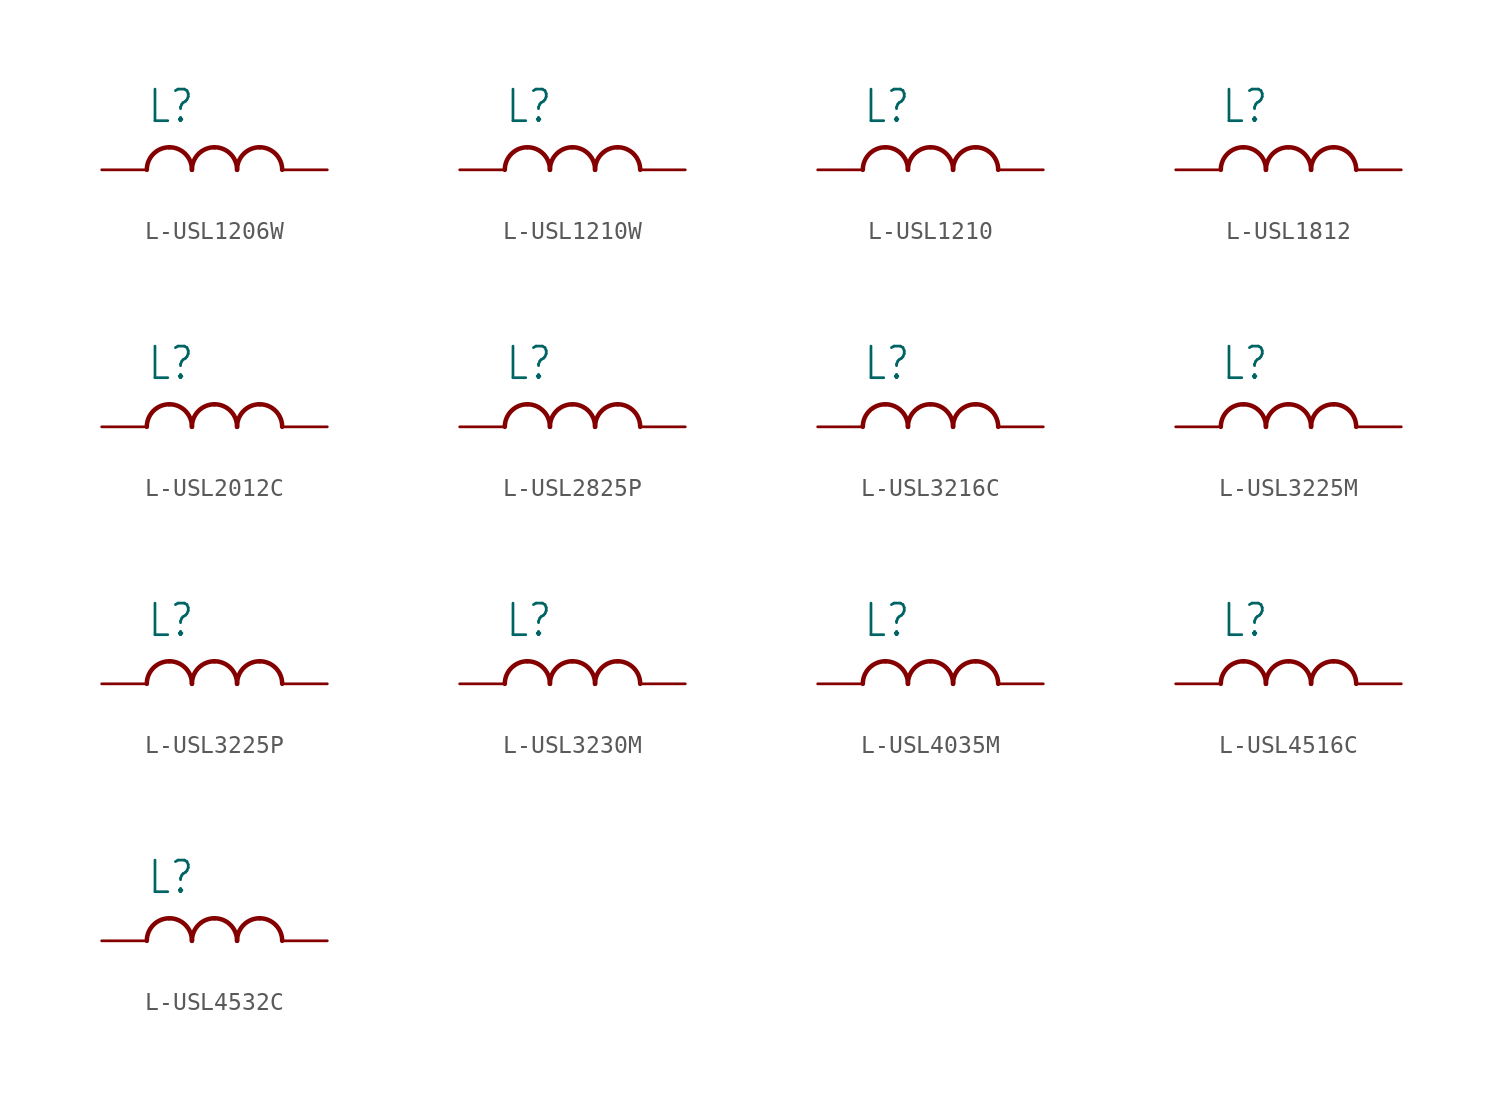
<source format=kicad_sym>
(kicad_symbol_lib
  (version 20231120)
  (generator "kicad_symbol_editor")
  (generator_version "8.0")
  (symbol "L-USL1206W"
    (property "Reference" "L"
      (at -5.08 2.54 0)
      (effects (font (size 1.778 1.511)) (justify left bottom)))
    (property "Value" ""
      (at -5.08 -1.27 0)
      (effects (font (size 1.778 1.511)) (justify left top)))
    (property "ki_locked" ""
      (at 0 0 0)
      (effects (font (size 1.27 1.27))))
    (symbol "L-USL1206W_1_0"
      (arc (start -3.81 1.27) (mid -4.708 0.898) (end -5.08 0) (stroke (width 0.254) (type solid)) (fill (type none)))
      (arc (start -2.54 0) (mid -2.912 0.898) (end -3.81 1.27) (stroke (width 0.254) (type solid)) (fill (type none)))
      (arc (start -1.27 1.27) (mid -2.168 0.898) (end -2.54 0) (stroke (width 0.254) (type solid)) (fill (type none)))
      (arc (start 0 0) (mid -0.372 0.898) (end -1.27 1.27) (stroke (width 0.254) (type solid)) (fill (type none)))
      (arc (start 1.27 1.27) (mid 0.372 0.898) (end 0 0) (stroke (width 0.254) (type solid)) (fill (type none)))
      (arc (start 2.54 0) (mid 2.168 0.898) (end 1.27 1.27) (stroke (width 0.254) (type solid)) (fill (type none)))
      (pin passive line (at -7.62 0 0) (length 2.54) (name "1" (effects (font (size 0 0)))) (number "1" (effects (font (size 0 0)))))
      (pin passive line (at 5.08 0 180) (length 2.54) (name "2" (effects (font (size 0 0)))) (number "2" (effects (font (size 0 0)))))))
  (symbol "L-USL1210W"
    (property "Reference" "L"
      (at -5.08 2.54 0)
      (effects (font (size 1.778 1.511)) (justify left bottom)))
    (property "Value" ""
      (at -5.08 -1.27 0)
      (effects (font (size 1.778 1.511)) (justify left top)))
    (property "ki_locked" ""
      (at 0 0 0)
      (effects (font (size 1.27 1.27))))
    (symbol "L-USL1210W_1_0"
      (arc (start -3.81 1.27) (mid -4.708 0.898) (end -5.08 0) (stroke (width 0.254) (type solid)) (fill (type none)))
      (arc (start -2.54 0) (mid -2.912 0.898) (end -3.81 1.27) (stroke (width 0.254) (type solid)) (fill (type none)))
      (arc (start -1.27 1.27) (mid -2.168 0.898) (end -2.54 0) (stroke (width 0.254) (type solid)) (fill (type none)))
      (arc (start 0 0) (mid -0.372 0.898) (end -1.27 1.27) (stroke (width 0.254) (type solid)) (fill (type none)))
      (arc (start 1.27 1.27) (mid 0.372 0.898) (end 0 0) (stroke (width 0.254) (type solid)) (fill (type none)))
      (arc (start 2.54 0) (mid 2.168 0.898) (end 1.27 1.27) (stroke (width 0.254) (type solid)) (fill (type none)))
      (pin passive line (at -7.62 0 0) (length 2.54) (name "1" (effects (font (size 0 0)))) (number "1" (effects (font (size 0 0)))))
      (pin passive line (at 5.08 0 180) (length 2.54) (name "2" (effects (font (size 0 0)))) (number "2" (effects (font (size 0 0)))))))
  (symbol "L-USL1210"
    (property "Reference" "L"
      (at -5.08 2.54 0)
      (effects (font (size 1.778 1.511)) (justify left bottom)))
    (property "Value" ""
      (at -5.08 -1.27 0)
      (effects (font (size 1.778 1.511)) (justify left top)))
    (property "ki_locked" ""
      (at 0 0 0)
      (effects (font (size 1.27 1.27))))
    (symbol "L-USL1210_1_0"
      (arc (start -3.81 1.27) (mid -4.708 0.898) (end -5.08 0) (stroke (width 0.254) (type solid)) (fill (type none)))
      (arc (start -2.54 0) (mid -2.912 0.898) (end -3.81 1.27) (stroke (width 0.254) (type solid)) (fill (type none)))
      (arc (start -1.27 1.27) (mid -2.168 0.898) (end -2.54 0) (stroke (width 0.254) (type solid)) (fill (type none)))
      (arc (start 0 0) (mid -0.372 0.898) (end -1.27 1.27) (stroke (width 0.254) (type solid)) (fill (type none)))
      (arc (start 1.27 1.27) (mid 0.372 0.898) (end 0 0) (stroke (width 0.254) (type solid)) (fill (type none)))
      (arc (start 2.54 0) (mid 2.168 0.898) (end 1.27 1.27) (stroke (width 0.254) (type solid)) (fill (type none)))
      (pin passive line (at -7.62 0 0) (length 2.54) (name "1" (effects (font (size 0 0)))) (number "1" (effects (font (size 0 0)))))
      (pin passive line (at 5.08 0 180) (length 2.54) (name "2" (effects (font (size 0 0)))) (number "2" (effects (font (size 0 0)))))))
  (symbol "L-USL1812"
    (property "Reference" "L"
      (at -5.08 2.54 0)
      (effects (font (size 1.778 1.511)) (justify left bottom)))
    (property "Value" ""
      (at -5.08 -1.27 0)
      (effects (font (size 1.778 1.511)) (justify left top)))
    (property "ki_locked" ""
      (at 0 0 0)
      (effects (font (size 1.27 1.27))))
    (symbol "L-USL1812_1_0"
      (arc (start -3.81 1.27) (mid -4.708 0.898) (end -5.08 0) (stroke (width 0.254) (type solid)) (fill (type none)))
      (arc (start -2.54 0) (mid -2.912 0.898) (end -3.81 1.27) (stroke (width 0.254) (type solid)) (fill (type none)))
      (arc (start -1.27 1.27) (mid -2.168 0.898) (end -2.54 0) (stroke (width 0.254) (type solid)) (fill (type none)))
      (arc (start 0 0) (mid -0.372 0.898) (end -1.27 1.27) (stroke (width 0.254) (type solid)) (fill (type none)))
      (arc (start 1.27 1.27) (mid 0.372 0.898) (end 0 0) (stroke (width 0.254) (type solid)) (fill (type none)))
      (arc (start 2.54 0) (mid 2.168 0.898) (end 1.27 1.27) (stroke (width 0.254) (type solid)) (fill (type none)))
      (pin passive line (at -7.62 0 0) (length 2.54) (name "1" (effects (font (size 0 0)))) (number "1" (effects (font (size 0 0)))))
      (pin passive line (at 5.08 0 180) (length 2.54) (name "2" (effects (font (size 0 0)))) (number "2" (effects (font (size 0 0)))))))
  (symbol "L-USL2012C"
    (property "Reference" "L"
      (at -5.08 2.54 0)
      (effects (font (size 1.778 1.511)) (justify left bottom)))
    (property "Value" ""
      (at -5.08 -1.27 0)
      (effects (font (size 1.778 1.511)) (justify left top)))
    (property "ki_locked" ""
      (at 0 0 0)
      (effects (font (size 1.27 1.27))))
    (symbol "L-USL2012C_1_0"
      (arc (start -3.81 1.27) (mid -4.708 0.898) (end -5.08 0) (stroke (width 0.254) (type solid)) (fill (type none)))
      (arc (start -2.54 0) (mid -2.912 0.898) (end -3.81 1.27) (stroke (width 0.254) (type solid)) (fill (type none)))
      (arc (start -1.27 1.27) (mid -2.168 0.898) (end -2.54 0) (stroke (width 0.254) (type solid)) (fill (type none)))
      (arc (start 0 0) (mid -0.372 0.898) (end -1.27 1.27) (stroke (width 0.254) (type solid)) (fill (type none)))
      (arc (start 1.27 1.27) (mid 0.372 0.898) (end 0 0) (stroke (width 0.254) (type solid)) (fill (type none)))
      (arc (start 2.54 0) (mid 2.168 0.898) (end 1.27 1.27) (stroke (width 0.254) (type solid)) (fill (type none)))
      (pin passive line (at -7.62 0 0) (length 2.54) (name "1" (effects (font (size 0 0)))) (number "1" (effects (font (size 0 0)))))
      (pin passive line (at 5.08 0 180) (length 2.54) (name "2" (effects (font (size 0 0)))) (number "2" (effects (font (size 0 0)))))))
  (symbol "L-USL2825P"
    (property "Reference" "L"
      (at -5.08 2.54 0)
      (effects (font (size 1.778 1.511)) (justify left bottom)))
    (property "Value" ""
      (at -5.08 -1.27 0)
      (effects (font (size 1.778 1.511)) (justify left top)))
    (property "ki_locked" ""
      (at 0 0 0)
      (effects (font (size 1.27 1.27))))
    (symbol "L-USL2825P_1_0"
      (arc (start -3.81 1.27) (mid -4.708 0.898) (end -5.08 0) (stroke (width 0.254) (type solid)) (fill (type none)))
      (arc (start -2.54 0) (mid -2.912 0.898) (end -3.81 1.27) (stroke (width 0.254) (type solid)) (fill (type none)))
      (arc (start -1.27 1.27) (mid -2.168 0.898) (end -2.54 0) (stroke (width 0.254) (type solid)) (fill (type none)))
      (arc (start 0 0) (mid -0.372 0.898) (end -1.27 1.27) (stroke (width 0.254) (type solid)) (fill (type none)))
      (arc (start 1.27 1.27) (mid 0.372 0.898) (end 0 0) (stroke (width 0.254) (type solid)) (fill (type none)))
      (arc (start 2.54 0) (mid 2.168 0.898) (end 1.27 1.27) (stroke (width 0.254) (type solid)) (fill (type none)))
      (pin passive line (at -7.62 0 0) (length 2.54) (name "1" (effects (font (size 0 0)))) (number "1" (effects (font (size 0 0)))))
      (pin passive line (at 5.08 0 180) (length 2.54) (name "2" (effects (font (size 0 0)))) (number "2" (effects (font (size 0 0)))))))
  (symbol "L-USL3216C"
    (property "Reference" "L"
      (at -5.08 2.54 0)
      (effects (font (size 1.778 1.511)) (justify left bottom)))
    (property "Value" ""
      (at -5.08 -1.27 0)
      (effects (font (size 1.778 1.511)) (justify left top)))
    (property "ki_locked" ""
      (at 0 0 0)
      (effects (font (size 1.27 1.27))))
    (symbol "L-USL3216C_1_0"
      (arc (start -3.81 1.27) (mid -4.708 0.898) (end -5.08 0) (stroke (width 0.254) (type solid)) (fill (type none)))
      (arc (start -2.54 0) (mid -2.912 0.898) (end -3.81 1.27) (stroke (width 0.254) (type solid)) (fill (type none)))
      (arc (start -1.27 1.27) (mid -2.168 0.898) (end -2.54 0) (stroke (width 0.254) (type solid)) (fill (type none)))
      (arc (start 0 0) (mid -0.372 0.898) (end -1.27 1.27) (stroke (width 0.254) (type solid)) (fill (type none)))
      (arc (start 1.27 1.27) (mid 0.372 0.898) (end 0 0) (stroke (width 0.254) (type solid)) (fill (type none)))
      (arc (start 2.54 0) (mid 2.168 0.898) (end 1.27 1.27) (stroke (width 0.254) (type solid)) (fill (type none)))
      (pin passive line (at -7.62 0 0) (length 2.54) (name "1" (effects (font (size 0 0)))) (number "1" (effects (font (size 0 0)))))
      (pin passive line (at 5.08 0 180) (length 2.54) (name "2" (effects (font (size 0 0)))) (number "2" (effects (font (size 0 0)))))))
  (symbol "L-USL3225M"
    (property "Reference" "L"
      (at -5.08 2.54 0)
      (effects (font (size 1.778 1.511)) (justify left bottom)))
    (property "Value" ""
      (at -5.08 -1.27 0)
      (effects (font (size 1.778 1.511)) (justify left top)))
    (property "ki_locked" ""
      (at 0 0 0)
      (effects (font (size 1.27 1.27))))
    (symbol "L-USL3225M_1_0"
      (arc (start -3.81 1.27) (mid -4.708 0.898) (end -5.08 0) (stroke (width 0.254) (type solid)) (fill (type none)))
      (arc (start -2.54 0) (mid -2.912 0.898) (end -3.81 1.27) (stroke (width 0.254) (type solid)) (fill (type none)))
      (arc (start -1.27 1.27) (mid -2.168 0.898) (end -2.54 0) (stroke (width 0.254) (type solid)) (fill (type none)))
      (arc (start 0 0) (mid -0.372 0.898) (end -1.27 1.27) (stroke (width 0.254) (type solid)) (fill (type none)))
      (arc (start 1.27 1.27) (mid 0.372 0.898) (end 0 0) (stroke (width 0.254) (type solid)) (fill (type none)))
      (arc (start 2.54 0) (mid 2.168 0.898) (end 1.27 1.27) (stroke (width 0.254) (type solid)) (fill (type none)))
      (pin passive line (at -7.62 0 0) (length 2.54) (name "1" (effects (font (size 0 0)))) (number "1" (effects (font (size 0 0)))))
      (pin passive line (at 5.08 0 180) (length 2.54) (name "2" (effects (font (size 0 0)))) (number "2" (effects (font (size 0 0)))))))
  (symbol "L-USL3225P"
    (property "Reference" "L"
      (at -5.08 2.54 0)
      (effects (font (size 1.778 1.511)) (justify left bottom)))
    (property "Value" ""
      (at -5.08 -1.27 0)
      (effects (font (size 1.778 1.511)) (justify left top)))
    (property "ki_locked" ""
      (at 0 0 0)
      (effects (font (size 1.27 1.27))))
    (symbol "L-USL3225P_1_0"
      (arc (start -3.81 1.27) (mid -4.708 0.898) (end -5.08 0) (stroke (width 0.254) (type solid)) (fill (type none)))
      (arc (start -2.54 0) (mid -2.912 0.898) (end -3.81 1.27) (stroke (width 0.254) (type solid)) (fill (type none)))
      (arc (start -1.27 1.27) (mid -2.168 0.898) (end -2.54 0) (stroke (width 0.254) (type solid)) (fill (type none)))
      (arc (start 0 0) (mid -0.372 0.898) (end -1.27 1.27) (stroke (width 0.254) (type solid)) (fill (type none)))
      (arc (start 1.27 1.27) (mid 0.372 0.898) (end 0 0) (stroke (width 0.254) (type solid)) (fill (type none)))
      (arc (start 2.54 0) (mid 2.168 0.898) (end 1.27 1.27) (stroke (width 0.254) (type solid)) (fill (type none)))
      (pin passive line (at -7.62 0 0) (length 2.54) (name "1" (effects (font (size 0 0)))) (number "1" (effects (font (size 0 0)))))
      (pin passive line (at 5.08 0 180) (length 2.54) (name "2" (effects (font (size 0 0)))) (number "2" (effects (font (size 0 0)))))))
  (symbol "L-USL3230M"
    (property "Reference" "L"
      (at -5.08 2.54 0)
      (effects (font (size 1.778 1.511)) (justify left bottom)))
    (property "Value" ""
      (at -5.08 -1.27 0)
      (effects (font (size 1.778 1.511)) (justify left top)))
    (property "ki_locked" ""
      (at 0 0 0)
      (effects (font (size 1.27 1.27))))
    (symbol "L-USL3230M_1_0"
      (arc (start -3.81 1.27) (mid -4.708 0.898) (end -5.08 0) (stroke (width 0.254) (type solid)) (fill (type none)))
      (arc (start -2.54 0) (mid -2.912 0.898) (end -3.81 1.27) (stroke (width 0.254) (type solid)) (fill (type none)))
      (arc (start -1.27 1.27) (mid -2.168 0.898) (end -2.54 0) (stroke (width 0.254) (type solid)) (fill (type none)))
      (arc (start 0 0) (mid -0.372 0.898) (end -1.27 1.27) (stroke (width 0.254) (type solid)) (fill (type none)))
      (arc (start 1.27 1.27) (mid 0.372 0.898) (end 0 0) (stroke (width 0.254) (type solid)) (fill (type none)))
      (arc (start 2.54 0) (mid 2.168 0.898) (end 1.27 1.27) (stroke (width 0.254) (type solid)) (fill (type none)))
      (pin passive line (at -7.62 0 0) (length 2.54) (name "1" (effects (font (size 0 0)))) (number "1" (effects (font (size 0 0)))))
      (pin passive line (at 5.08 0 180) (length 2.54) (name "2" (effects (font (size 0 0)))) (number "2" (effects (font (size 0 0)))))))
  (symbol "L-USL4035M"
    (property "Reference" "L"
      (at -5.08 2.54 0)
      (effects (font (size 1.778 1.511)) (justify left bottom)))
    (property "Value" ""
      (at -5.08 -1.27 0)
      (effects (font (size 1.778 1.511)) (justify left top)))
    (property "ki_locked" ""
      (at 0 0 0)
      (effects (font (size 1.27 1.27))))
    (symbol "L-USL4035M_1_0"
      (arc (start -3.81 1.27) (mid -4.708 0.898) (end -5.08 0) (stroke (width 0.254) (type solid)) (fill (type none)))
      (arc (start -2.54 0) (mid -2.912 0.898) (end -3.81 1.27) (stroke (width 0.254) (type solid)) (fill (type none)))
      (arc (start -1.27 1.27) (mid -2.168 0.898) (end -2.54 0) (stroke (width 0.254) (type solid)) (fill (type none)))
      (arc (start 0 0) (mid -0.372 0.898) (end -1.27 1.27) (stroke (width 0.254) (type solid)) (fill (type none)))
      (arc (start 1.27 1.27) (mid 0.372 0.898) (end 0 0) (stroke (width 0.254) (type solid)) (fill (type none)))
      (arc (start 2.54 0) (mid 2.168 0.898) (end 1.27 1.27) (stroke (width 0.254) (type solid)) (fill (type none)))
      (pin passive line (at -7.62 0 0) (length 2.54) (name "1" (effects (font (size 0 0)))) (number "1" (effects (font (size 0 0)))))
      (pin passive line (at 5.08 0 180) (length 2.54) (name "2" (effects (font (size 0 0)))) (number "2" (effects (font (size 0 0)))))))
  (symbol "L-USL4516C"
    (property "Reference" "L"
      (at -5.08 2.54 0)
      (effects (font (size 1.778 1.511)) (justify left bottom)))
    (property "Value" ""
      (at -5.08 -1.27 0)
      (effects (font (size 1.778 1.511)) (justify left top)))
    (property "ki_locked" ""
      (at 0 0 0)
      (effects (font (size 1.27 1.27))))
    (symbol "L-USL4516C_1_0"
      (arc (start -3.81 1.27) (mid -4.708 0.898) (end -5.08 0) (stroke (width 0.254) (type solid)) (fill (type none)))
      (arc (start -2.54 0) (mid -2.912 0.898) (end -3.81 1.27) (stroke (width 0.254) (type solid)) (fill (type none)))
      (arc (start -1.27 1.27) (mid -2.168 0.898) (end -2.54 0) (stroke (width 0.254) (type solid)) (fill (type none)))
      (arc (start 0 0) (mid -0.372 0.898) (end -1.27 1.27) (stroke (width 0.254) (type solid)) (fill (type none)))
      (arc (start 1.27 1.27) (mid 0.372 0.898) (end 0 0) (stroke (width 0.254) (type solid)) (fill (type none)))
      (arc (start 2.54 0) (mid 2.168 0.898) (end 1.27 1.27) (stroke (width 0.254) (type solid)) (fill (type none)))
      (pin passive line (at -7.62 0 0) (length 2.54) (name "1" (effects (font (size 0 0)))) (number "1" (effects (font (size 0 0)))))
      (pin passive line (at 5.08 0 180) (length 2.54) (name "2" (effects (font (size 0 0)))) (number "2" (effects (font (size 0 0)))))))
  (symbol "L-USL4532C"
    (property "Reference" "L"
      (at -5.08 2.54 0)
      (effects (font (size 1.778 1.511)) (justify left bottom)))
    (property "Value" ""
      (at -5.08 -1.27 0)
      (effects (font (size 1.778 1.511)) (justify left top)))
    (property "ki_locked" ""
      (at 0 0 0)
      (effects (font (size 1.27 1.27))))
    (symbol "L-USL4532C_1_0"
      (arc (start -3.81 1.27) (mid -4.708 0.898) (end -5.08 0) (stroke (width 0.254) (type solid)) (fill (type none)))
      (arc (start -2.54 0) (mid -2.912 0.898) (end -3.81 1.27) (stroke (width 0.254) (type solid)) (fill (type none)))
      (arc (start -1.27 1.27) (mid -2.168 0.898) (end -2.54 0) (stroke (width 0.254) (type solid)) (fill (type none)))
      (arc (start 0 0) (mid -0.372 0.898) (end -1.27 1.27) (stroke (width 0.254) (type solid)) (fill (type none)))
      (arc (start 1.27 1.27) (mid 0.372 0.898) (end 0 0) (stroke (width 0.254) (type solid)) (fill (type none)))
      (arc (start 2.54 0) (mid 2.168 0.898) (end 1.27 1.27) (stroke (width 0.254) (type solid)) (fill (type none)))
      (pin passive line (at -7.62 0 0) (length 2.54) (name "1" (effects (font (size 0 0)))) (number "1" (effects (font (size 0 0)))))
      (pin passive line (at 5.08 0 180) (length 2.54) (name "2" (effects (font (size 0 0)))) (number "2" (effects (font (size 0 0))))))))
</source>
